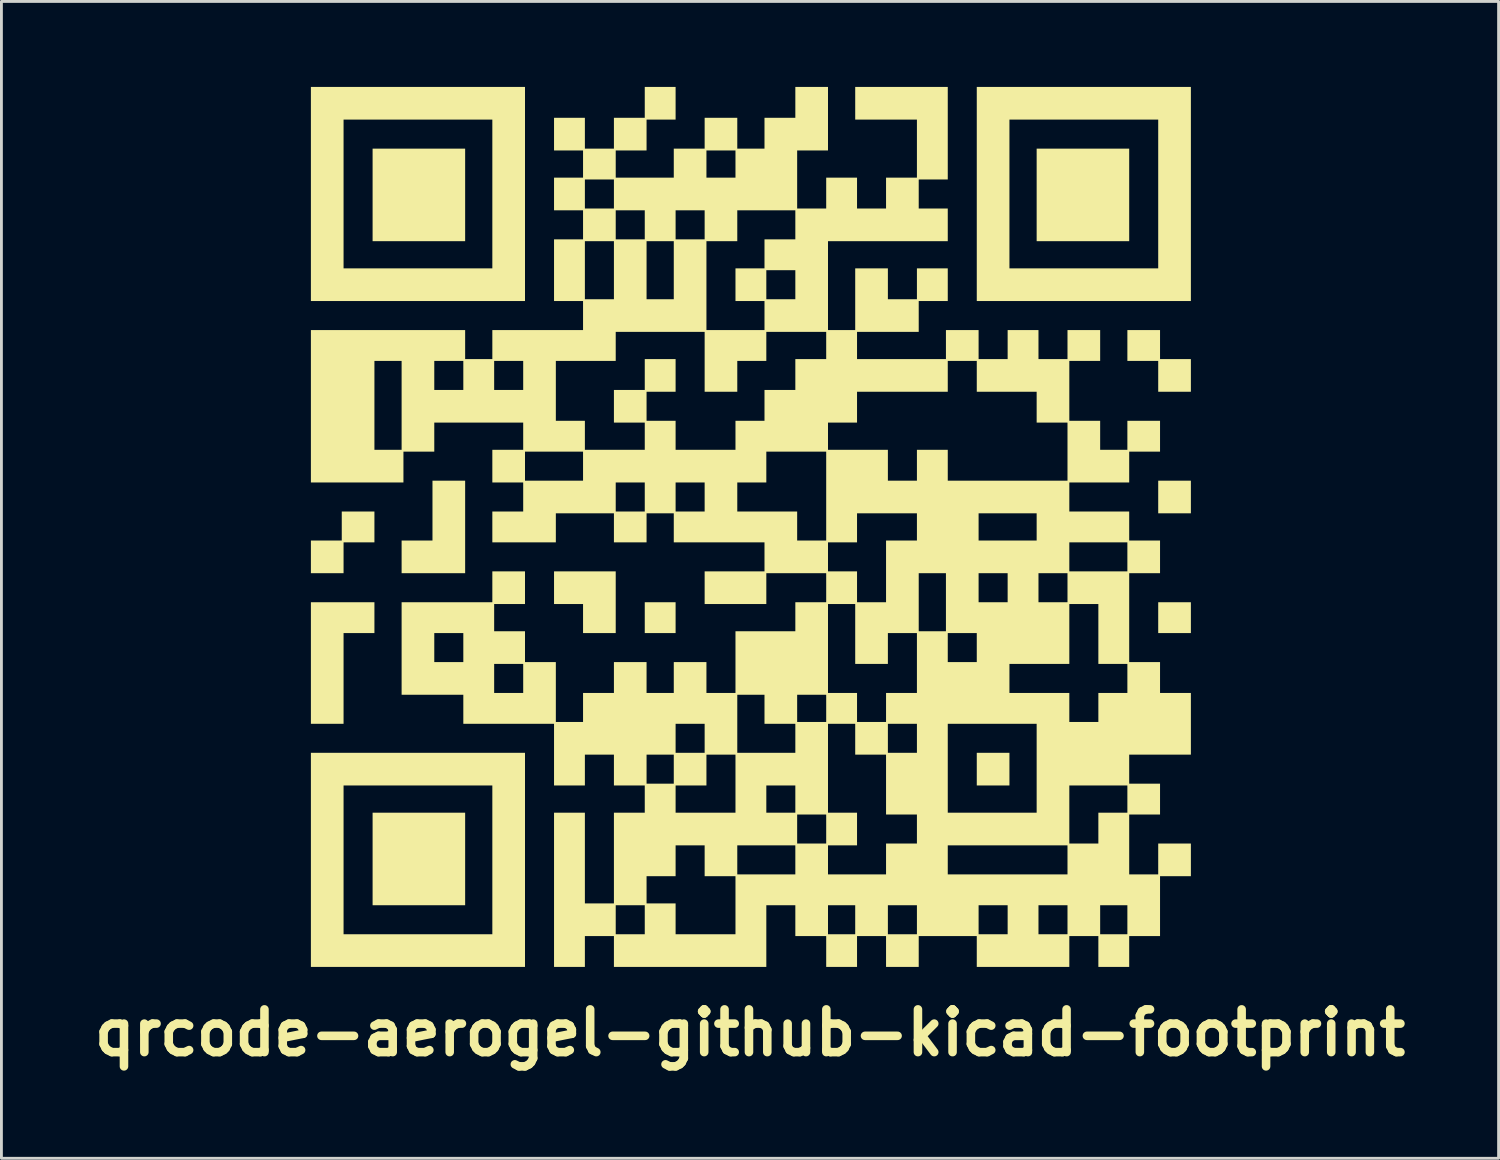
<source format=kicad_pcb>
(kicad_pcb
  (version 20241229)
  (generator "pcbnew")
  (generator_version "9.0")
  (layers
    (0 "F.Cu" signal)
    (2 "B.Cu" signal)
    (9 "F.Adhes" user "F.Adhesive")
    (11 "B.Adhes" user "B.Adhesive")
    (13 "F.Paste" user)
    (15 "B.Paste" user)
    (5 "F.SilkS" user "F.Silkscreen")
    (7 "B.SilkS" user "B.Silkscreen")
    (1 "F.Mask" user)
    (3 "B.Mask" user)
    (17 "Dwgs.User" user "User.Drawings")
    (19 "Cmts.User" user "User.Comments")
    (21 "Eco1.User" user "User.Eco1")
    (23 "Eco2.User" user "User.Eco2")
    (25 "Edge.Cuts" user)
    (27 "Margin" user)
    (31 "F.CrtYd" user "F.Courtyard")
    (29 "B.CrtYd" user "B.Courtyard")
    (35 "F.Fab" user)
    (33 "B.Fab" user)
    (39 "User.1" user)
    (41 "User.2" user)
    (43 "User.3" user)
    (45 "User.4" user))
  (footprint "qrcode-aerogel-github-kicad-footprint"
    (layer "F.Cu")
    (at 23.264 15.406)
    (property "Reference" "qrcode-aerogel-github-kicad-footprint" (at 0 17.78 0) (layer "F.SilkS") (effects (font (size 1.5 1.5) (thickness 0.3))))
    (attr board_only exclude_from_pos_files exclude_from_bom)
    (fp_poly (pts (xy -9.994 -11.618) (xy -9.994 -9.994) (xy -11.618 -9.994) (xy -13.241 -9.994) (xy -13.241 -11.618) (xy -13.241 -13.241) (xy -11.618 -13.241) (xy -9.994 -13.241)) (stroke (width 0) (type solid)) (fill yes) (layer "F.SilkS"))
    (fp_poly (pts (xy -9.994 11.681) (xy -9.994 13.305) (xy -11.618 13.305) (xy -13.241 13.305) (xy -13.241 11.681) (xy -13.241 10.058) (xy -11.618 10.058) (xy -9.994 10.058)) (stroke (width 0) (type solid)) (fill yes) (layer "F.SilkS"))
    (fp_poly (pts (xy -2.61 3.215) (xy -2.61 3.756) (xy -3.151 3.756) (xy -3.692 3.756) (xy -3.692 3.215) (xy -3.692 2.674) (xy -3.151 2.674) (xy -2.61 2.674)) (stroke (width 0) (type solid)) (fill yes) (layer "F.SilkS"))
    (fp_poly (pts (xy 9.103 8.53) (xy 9.103 9.103) (xy 8.53 9.103) (xy 7.957 9.103) (xy 7.957 8.53) (xy 7.957 7.957) (xy 8.53 7.957) (xy 9.103 7.957)) (stroke (width 0) (type solid)) (fill yes) (layer "F.SilkS"))
    (fp_poly (pts (xy 13.305 -11.618) (xy 13.305 -9.994) (xy 11.681 -9.994) (xy 10.058 -9.994) (xy 10.058 -11.618) (xy 10.058 -13.241) (xy 11.681 -13.241) (xy 13.305 -13.241)) (stroke (width 0) (type solid)) (fill yes) (layer "F.SilkS"))
    (fp_poly (pts (xy 15.469 -1.019) (xy 15.469 -0.446) (xy 14.896 -0.446) (xy 14.323 -0.446) (xy 14.323 -1.019) (xy 14.323 -1.591) (xy 14.896 -1.591) (xy 15.469 -1.591)) (stroke (width 0) (type solid)) (fill yes) (layer "F.SilkS"))
    (fp_poly (pts (xy 15.469 3.215) (xy 15.469 3.756) (xy 14.896 3.756) (xy 14.323 3.756) (xy 14.323 3.215) (xy 14.323 2.674) (xy 14.896 2.674) (xy 15.469 2.674)) (stroke (width 0) (type solid)) (fill yes) (layer "F.SilkS"))
    (fp_poly (pts (xy -13.177 3.215) (xy -13.177 3.756) (xy -13.719 3.756) (xy -14.26 3.756) (xy -14.26 5.347) (xy -14.26 6.939) (xy -14.833 6.939) (xy -15.406 6.939) (xy -15.406 4.806) (xy -15.406 2.674) (xy -14.291 2.674) (xy -13.177 2.674)) (stroke (width 0) (type solid)) (fill yes) (layer "F.SilkS"))
    (fp_poly (pts (xy -9.994 0.032) (xy -9.994 1.655) (xy -11.109 1.655) (xy -12.223 1.655) (xy -12.223 1.082) (xy -12.223 0.509) (xy -11.681 0.509) (xy -11.14 0.509) (xy -11.14 -0.541) (xy -11.14 -1.591) (xy -10.567 -1.591) (xy -9.994 -1.591)) (stroke (width 0) (type solid)) (fill yes) (layer "F.SilkS"))
    (fp_poly (pts (xy -4.711 2.674) (xy -4.711 3.756) (xy -5.284 3.756) (xy -5.857 3.756) (xy -5.857 3.247) (xy -5.857 2.737) (xy -6.366 2.737) (xy -6.875 2.737) (xy -6.875 2.164) (xy -6.875 1.591) (xy -5.793 1.591) (xy -4.711 1.591)) (stroke (width 0) (type solid)) (fill yes) (layer "F.SilkS"))
    (fp_poly (pts (xy -13.177 0.032) (xy -13.177 0.573) (xy -13.719 0.573) (xy -14.26 0.573) (xy -14.26 1.114) (xy -14.26 1.655) (xy -14.833 1.655) (xy -15.406 1.655) (xy -15.406 1.082) (xy -15.406 0.509) (xy -14.864 0.509) (xy -14.323 0.509) (xy -14.323 0) (xy -14.323 -0.509) (xy -13.75 -0.509) (xy -13.177 -0.509)) (stroke (width 0) (type solid)) (fill yes) (layer "F.SilkS"))
    (fp_poly (pts (xy 14.387 -6.366) (xy 14.387 -5.857) (xy 14.928 -5.857) (xy 15.469 -5.857) (xy 15.469 -5.284) (xy 15.469 -4.711) (xy 14.896 -4.711) (xy 14.323 -4.711) (xy 14.323 -5.252) (xy 14.323 -5.793) (xy 13.782 -5.793) (xy 13.241 -5.793) (xy 13.241 -6.334) (xy 13.241 -6.875) (xy 13.814 -6.875) (xy 14.387 -6.875)) (stroke (width 0) (type solid)) (fill yes) (layer "F.SilkS"))
    (fp_poly (pts (xy -7.894 -11.65) (xy -7.894 -7.894) (xy -11.65 -7.894) (xy -15.406 -7.894) (xy -15.406 -11.65) (xy -15.406 -14.26) (xy -14.26 -14.26) (xy -14.26 -11.65) (xy -14.26 -9.04) (xy -11.65 -9.04) (xy -9.04 -9.04) (xy -9.04 -11.65) (xy -9.04 -14.26) (xy -11.65 -14.26) (xy -14.26 -14.26) (xy -15.406 -14.26) (xy -15.406 -15.406) (xy -11.65 -15.406) (xy -7.894 -15.406)) (stroke (width 0) (type solid)) (fill yes) (layer "F.SilkS"))
    (fp_poly (pts (xy -7.894 11.713) (xy -7.894 15.469) (xy -11.65 15.469) (xy -15.406 15.469) (xy -15.406 11.713) (xy -15.406 9.103) (xy -14.26 9.103) (xy -14.26 11.713) (xy -14.26 14.323) (xy -11.65 14.323) (xy -9.04 14.323) (xy -9.04 11.713) (xy -9.04 9.103) (xy -11.65 9.103) (xy -14.26 9.103) (xy -15.406 9.103) (xy -15.406 7.957) (xy -11.65 7.957) (xy -7.894 7.957)) (stroke (width 0) (type solid)) (fill yes) (layer "F.SilkS"))
    (fp_poly (pts (xy 15.469 -11.65) (xy 15.469 -7.894) (xy 11.713 -7.894) (xy 7.957 -7.894) (xy 7.957 -11.65) (xy 7.957 -14.26) (xy 9.103 -14.26) (xy 9.103 -11.65) (xy 9.103 -9.04) (xy 11.713 -9.04) (xy 14.323 -9.04) (xy 14.323 -11.65) (xy 14.323 -14.26) (xy 11.713 -14.26) (xy 9.103 -14.26) (xy 7.957 -14.26) (xy 7.957 -15.406) (xy 11.713 -15.406) (xy 15.469 -15.406)) (stroke (width 0) (type solid)) (fill yes) (layer "F.SilkS"))
    (fp_poly (pts (xy -2.61 -14.833) (xy -2.61 -14.26) (xy -3.119 -14.26) (xy -3.629 -14.26) (xy -3.629 -13.719) (xy -3.629 -13.177) (xy -4.17 -13.177) (xy -4.711 -13.177) (xy -4.711 -12.7) (xy -4.711 -12.223) (xy -3.692 -12.223) (xy -2.674 -12.223) (xy -2.674 -12.732) (xy -2.674 -13.177) (xy -1.528 -13.177) (xy -1.528 -12.7) (xy -1.528 -12.223) (xy -1.019 -12.223) (xy -0.509 -12.223) (xy -0.509 -12.7) (xy -0.509 -13.177) (xy -1.019 -13.177) (xy -1.528 -13.177) (xy -2.674 -13.177) (xy -2.674 -13.241) (xy -2.133 -13.241) (xy -1.591 -13.241) (xy -1.591 -13.782) (xy -1.591 -14.323) (xy -1.019 -14.323) (xy -0.446 -14.323) (xy -0.446 -13.782) (xy -0.446 -13.241) (xy 0.032 -13.241) (xy 0.509 -13.241) (xy 0.509 -13.782) (xy 0.509 -14.323) (xy 1.05 -14.323) (xy 1.591 -14.323) (xy 1.591 -14.864) (xy 1.591 -15.406) (xy 2.164 -15.406) (xy 2.737 -15.406) (xy 2.737 -14.291) (xy 2.737 -13.177) (xy 2.196 -13.177) (xy 1.655 -13.177) (xy 1.655 -12.159) (xy 1.655 -11.14) (xy 2.164 -11.14) (xy 2.674 -11.14) (xy 2.674 -11.681) (xy 2.674 -12.223) (xy 3.215 -12.223) (xy 3.756 -12.223) (xy 3.756 -11.681) (xy 3.756 -11.14) (xy 4.265 -11.14) (xy 4.774 -11.14) (xy 4.774 -11.681) (xy 4.774 -12.223) (xy 5.316 -12.223) (xy 5.857 -12.223) (xy 5.857 -13.241) (xy 5.857 -14.26) (xy 4.774 -14.26) (xy 3.692 -14.26) (xy 3.692 -14.833) (xy 3.692 -15.406) (xy 5.316 -15.406) (xy 6.939 -15.406) (xy 6.939 -13.782) (xy 6.939 -12.159) (xy 6.43 -12.159) (xy 5.92 -12.159) (xy 5.92 -11.65) (xy 5.92 -11.14) (xy 6.43 -11.14) (xy 6.939 -11.14) (xy 6.939 -10.567) (xy 6.939 -9.994) (xy 4.838 -9.994) (xy 2.737 -9.994) (xy 2.737 -8.435) (xy 2.737 -6.875) (xy 3.215 -6.875) (xy 3.692 -6.875) (xy 3.692 -7.957) (xy 3.692 -9.04) (xy 4.265 -9.04) (xy 4.838 -9.04) (xy 4.838 -8.498) (xy 4.838 -7.957) (xy 5.347 -7.957) (xy 5.857 -7.957) (xy 5.857 -8.498) (xy 5.857 -9.04) (xy 6.398 -9.04) (xy 6.939 -9.04) (xy 6.939 -8.467) (xy 6.939 -7.894) (xy 6.43 -7.894) (xy 5.92 -7.894) (xy 5.92 -7.353) (xy 5.92 -6.812) (xy 4.838 -6.812) (xy 3.756 -6.812) (xy 3.756 -6.334) (xy 3.756 -5.857) (xy 5.316 -5.857) (xy 6.875 -5.857) (xy 6.875 -6.366) (xy 6.875 -6.875) (xy 7.448 -6.875) (xy 8.021 -6.875) (xy 8.021 -6.366) (xy 8.021 -5.857) (xy 8.53 -5.857) (xy 9.04 -5.857) (xy 9.04 -6.366) (xy 9.04 -6.875) (xy 9.581 -6.875) (xy 10.122 -6.875) (xy 10.122 -6.366) (xy 10.122 -5.857) (xy 10.631 -5.857) (xy 11.14 -5.857) (xy 11.14 -6.366) (xy 11.14 -6.875) (xy 11.713 -6.875) (xy 12.286 -6.875) (xy 12.286 -6.334) (xy 12.286 -5.793) (xy 11.745 -5.793) (xy 11.204 -5.793) (xy 11.204 -4.743) (xy 11.204 -3.692) (xy 11.745 -3.692) (xy 12.286 -3.692) (xy 12.286 -3.183) (xy 12.286 -2.674) (xy 12.764 -2.674) (xy 13.241 -2.674) (xy 13.241 -3.183) (xy 13.241 -3.692) (xy 13.814 -3.692) (xy 14.387 -3.692) (xy 14.387 -3.151) (xy 14.387 -2.61) (xy 13.846 -2.61) (xy 13.305 -2.61) (xy 13.305 -2.069) (xy 13.305 -1.528) (xy 12.254 -1.528) (xy 11.204 -1.528) (xy 11.204 -1.019) (xy 11.204 -0.509) (xy 12.254 -0.509) (xy 13.305 -0.509) (xy 13.305 0) (xy 13.305 0.509) (xy 13.846 0.509) (xy 14.387 0.509) (xy 14.387 1.082) (xy 14.387 1.655) (xy 13.846 1.655) (xy 13.305 1.655) (xy 13.305 3.215) (xy 13.305 4.774) (xy 13.846 4.774) (xy 14.387 4.774) (xy 14.387 5.316) (xy 14.387 5.857) (xy 14.928 5.857) (xy 15.469 5.857) (xy 15.469 6.939) (xy 15.469 8.021) (xy 14.387 8.021) (xy 13.305 8.021) (xy 13.305 8.53) (xy 13.305 9.04) (xy 13.846 9.04) (xy 14.387 9.04) (xy 14.387 9.581) (xy 14.387 10.122) (xy 13.846 10.122) (xy 13.305 10.122) (xy 13.305 11.172) (xy 13.305 12.223) (xy 13.814 12.223) (xy 14.323 12.223) (xy 14.323 11.681) (xy 14.323 11.14) (xy 14.896 11.14) (xy 15.469 11.14) (xy 15.469 11.713) (xy 15.469 12.286) (xy 14.928 12.286) (xy 14.387 12.286) (xy 14.387 13.337) (xy 14.387 14.387) (xy 13.846 14.387) (xy 13.305 14.387) (xy 13.305 14.928) (xy 13.305 15.469) (xy 12.764 15.469) (xy 12.223 15.469) (xy 12.223 14.928) (xy 12.223 14.387) (xy 11.713 14.387) (xy 11.204 14.387) (xy 11.204 14.928) (xy 11.204 15.469) (xy 9.581 15.469) (xy 7.957 15.469) (xy 7.957 14.928) (xy 7.957 14.387) (xy 6.939 14.387) (xy 5.92 14.387) (xy 5.92 14.928) (xy 5.92 15.469) (xy 5.347 15.469) (xy 4.774 15.469) (xy 4.774 14.928) (xy 4.774 14.387) (xy 4.265 14.387) (xy 3.756 14.387) (xy 3.756 14.928) (xy 3.756 15.469) (xy 3.215 15.469) (xy 2.674 15.469) (xy 2.674 14.928) (xy 2.674 14.387) (xy 2.133 14.387) (xy 1.591 14.387) (xy 1.591 13.846) (xy 1.591 13.305) (xy 2.737 13.305) (xy 2.737 13.814) (xy 2.737 14.323) (xy 3.215 14.323) (xy 3.692 14.323) (xy 3.692 13.814) (xy 3.692 13.305) (xy 4.838 13.305) (xy 4.838 13.814) (xy 4.838 14.323) (xy 5.347 14.323) (xy 5.857 14.323) (xy 5.857 13.814) (xy 5.857 13.305) (xy 8.021 13.305) (xy 8.021 13.814) (xy 8.021 14.323) (xy 8.53 14.323) (xy 9.04 14.323) (xy 9.04 13.814) (xy 9.04 13.305) (xy 10.122 13.305) (xy 10.122 13.814) (xy 10.122 14.323) (xy 10.631 14.323) (xy 11.14 14.323) (xy 11.14 13.814) (xy 11.14 13.305) (xy 12.286 13.305) (xy 12.286 13.814) (xy 12.286 14.323) (xy 12.764 14.323) (xy 13.241 14.323) (xy 13.241 13.814) (xy 13.241 13.305) (xy 12.764 13.305) (xy 12.286 13.305) (xy 11.14 13.305) (xy 10.631 13.305) (xy 10.122 13.305) (xy 9.04 13.305) (xy 8.53 13.305) (xy 8.021 13.305) (xy 5.857 13.305) (xy 5.347 13.305) (xy 4.838 13.305) (xy 3.692 13.305) (xy 3.215 13.305) (xy 2.737 13.305) (xy 1.591 13.305) (xy 1.082 13.305) (xy 0.573 13.305) (xy 0.573 14.387) (xy 0.573 15.469) (xy -2.101 15.469) (xy -4.774 15.469) (xy -4.774 14.928) (xy -4.774 14.387) (xy -5.284 14.387) (xy -5.793 14.387) (xy -5.793 14.928) (xy -5.793 15.469) (xy -6.334 15.469) (xy -6.875 15.469) (xy -6.875 13.305) (xy -4.711 13.305) (xy -4.711 13.814) (xy -4.711 14.323) (xy -4.202 14.323) (xy -3.692 14.323) (xy -3.692 13.814) (xy -3.692 13.305) (xy -4.202 13.305) (xy -4.711 13.305) (xy -6.875 13.305) (xy -6.875 12.764) (xy -6.875 10.058) (xy -6.334 10.058) (xy -5.793 10.058) (xy -5.793 11.65) (xy -5.793 13.241) (xy -5.284 13.241) (xy -4.774 13.241) (xy -3.629 13.241) (xy -3.119 13.241) (xy -2.61 13.241) (xy -2.61 13.782) (xy -2.61 14.323) (xy -1.56 14.323) (xy -0.509 14.323) (xy -0.509 13.305) (xy -0.509 12.286) (xy -1.05 12.286) (xy -1.591 12.286) (xy -1.591 11.745) (xy -1.591 11.204) (xy -0.446 11.204) (xy -0.446 11.713) (xy -0.446 12.223) (xy 0.573 12.223) (xy 1.591 12.223) (xy 1.591 11.713) (xy 1.591 11.204) (xy 0.573 11.204) (xy -0.446 11.204) (xy -1.591 11.204) (xy -2.101 11.204) (xy -2.61 11.204) (xy -2.61 11.745) (xy -2.61 12.286) (xy -3.119 12.286) (xy -3.629 12.286) (xy -3.629 12.764) (xy -3.629 13.241) (xy -4.774 13.241) (xy -4.774 11.65) (xy -4.774 10.122) (xy 1.655 10.122) (xy 1.655 10.631) (xy 1.655 11.14) (xy 2.164 11.14) (xy 2.674 11.14) (xy 2.674 10.631) (xy 2.674 10.122) (xy 2.164 10.122) (xy 1.655 10.122) (xy -4.774 10.122) (xy -4.774 10.058) (xy -4.233 10.058) (xy -3.692 10.058) (xy -2.61 10.058) (xy -1.56 10.058) (xy -0.509 10.058) (xy -0.509 9.103) (xy 0.573 9.103) (xy 0.573 9.581) (xy 0.573 10.058) (xy 1.082 10.058) (xy 1.591 10.058) (xy 1.591 9.581) (xy 1.591 9.103) (xy 1.082 9.103) (xy 0.573 9.103) (xy -0.509 9.103) (xy -0.509 9.04) (xy -0.509 8.021) (xy -1.019 8.021) (xy -1.528 8.021) (xy -1.528 8.562) (xy -1.528 9.103) (xy -2.069 9.103) (xy -2.61 9.103) (xy -2.61 9.581) (xy -2.61 10.058) (xy -3.692 10.058) (xy -3.692 9.581) (xy -3.692 9.103) (xy -4.233 9.103) (xy -4.774 9.103) (xy -4.774 8.562) (xy -4.774 8.021) (xy -3.629 8.021) (xy -3.629 8.53) (xy -3.629 9.04) (xy -3.151 9.04) (xy -2.674 9.04) (xy -2.674 8.53) (xy -2.674 8.021) (xy -3.151 8.021) (xy -3.629 8.021) (xy -4.774 8.021) (xy -5.284 8.021) (xy -5.793 8.021) (xy -5.793 8.562) (xy -5.793 9.103) (xy -6.334 9.103) (xy -6.875 9.103) (xy -6.875 8.021) (xy -6.875 6.939) (xy -2.61 6.939) (xy -2.61 7.448) (xy -2.61 7.957) (xy -2.101 7.957) (xy -1.591 7.957) (xy -1.591 7.448) (xy -1.591 6.939) (xy -2.101 6.939) (xy -2.61 6.939) (xy -6.875 6.939) (xy -8.467 6.939) (xy -10.058 6.939) (xy -10.058 6.43) (xy -10.058 5.92) (xy -11.14 5.92) (xy -12.223 5.92) (xy -12.223 4.838) (xy -8.976 4.838) (xy -8.976 5.347) (xy -8.976 5.857) (xy -8.467 5.857) (xy -7.957 5.857) (xy -7.957 5.347) (xy -7.957 4.838) (xy -8.467 4.838) (xy -8.976 4.838) (xy -12.223 4.838) (xy -12.223 4.297) (xy -12.223 3.756) (xy -11.077 3.756) (xy -11.077 4.265) (xy -11.077 4.774) (xy -10.567 4.774) (xy -10.058 4.774) (xy -10.058 4.265) (xy -10.058 3.756) (xy -10.567 3.756) (xy -11.077 3.756) (xy -12.223 3.756) (xy -12.223 2.674) (xy -10.631 2.674) (xy -9.04 2.674) (xy -9.04 2.133) (xy -9.04 1.591) (xy -8.467 1.591) (xy -7.894 1.591) (xy -7.894 2.164) (xy -7.894 2.737) (xy -8.435 2.737) (xy -8.976 2.737) (xy -8.976 3.215) (xy -8.976 3.692) (xy -8.435 3.692) (xy -7.894 3.692) (xy -7.894 4.233) (xy -7.894 4.774) (xy -7.353 4.774) (xy -6.812 4.774) (xy -6.812 5.825) (xy -6.812 6.875) (xy -6.334 6.875) (xy -5.857 6.875) (xy -5.857 6.366) (xy -5.857 5.92) (xy -0.446 5.92) (xy -0.446 6.939) (xy -0.446 7.957) (xy 0.573 7.957) (xy 1.591 7.957) (xy 1.591 7.448) (xy 1.591 6.939) (xy 2.737 6.939) (xy 2.737 8.498) (xy 2.737 10.058) (xy 3.247 10.058) (xy 3.756 10.058) (xy 3.756 10.631) (xy 3.756 11.204) (xy 3.247 11.204) (xy 2.737 11.204) (xy 2.737 11.713) (xy 2.737 12.223) (xy 3.756 12.223) (xy 4.774 12.223) (xy 4.774 11.681) (xy 4.774 11.204) (xy 6.939 11.204) (xy 6.939 11.713) (xy 6.939 12.223) (xy 9.04 12.223) (xy 11.14 12.223) (xy 11.14 11.713) (xy 11.14 11.204) (xy 9.04 11.204) (xy 6.939 11.204) (xy 4.774 11.204) (xy 4.774 11.14) (xy 5.316 11.14) (xy 5.857 11.14) (xy 5.857 10.631) (xy 5.857 10.122) (xy 5.316 10.122) (xy 4.774 10.122) (xy 4.774 9.071) (xy 4.774 8.021) (xy 4.233 8.021) (xy 3.692 8.021) (xy 3.692 7.48) (xy 3.692 6.939) (xy 4.838 6.939) (xy 4.838 7.448) (xy 4.838 7.957) (xy 5.347 7.957) (xy 5.857 7.957) (xy 5.857 7.448) (xy 5.857 6.939) (xy 6.939 6.939) (xy 6.939 8.498) (xy 6.939 10.058) (xy 8.498 10.058) (xy 10.058 10.058) (xy 10.058 9.103) (xy 11.204 9.103) (xy 11.204 10.122) (xy 11.204 11.14) (xy 11.713 11.14) (xy 12.223 11.14) (xy 12.223 10.599) (xy 12.223 10.058) (xy 12.732 10.058) (xy 13.241 10.058) (xy 13.241 9.581) (xy 13.241 9.103) (xy 12.223 9.103) (xy 11.204 9.103) (xy 10.058 9.103) (xy 10.058 8.498) (xy 10.058 6.939) (xy 8.498 6.939) (xy 6.939 6.939) (xy 5.857 6.939) (xy 5.347 6.939) (xy 4.838 6.939) (xy 3.692 6.939) (xy 3.215 6.939) (xy 2.737 6.939) (xy 1.591 6.939) (xy 1.05 6.939) (xy 0.509 6.939) (xy 0.509 6.43) (xy 0.509 5.92) (xy 1.655 5.92) (xy 1.655 6.398) (xy 1.655 6.875) (xy 2.164 6.875) (xy 2.674 6.875) (xy 2.674 6.398) (xy 2.674 5.92) (xy 2.164 5.92) (xy 1.655 5.92) (xy 0.509 5.92) (xy 0.032 5.92) (xy -0.446 5.92) (xy -5.857 5.92) (xy -5.857 5.857) (xy -5.316 5.857) (xy -4.774 5.857) (xy -4.774 5.316) (xy -4.774 4.774) (xy -4.202 4.774) (xy -3.629 4.774) (xy -3.629 5.316) (xy -3.629 5.857) (xy -3.151 5.857) (xy -2.674 5.857) (xy -2.674 5.316) (xy -2.674 4.774) (xy -2.101 4.774) (xy -1.528 4.774) (xy -1.528 5.316) (xy -1.528 5.857) (xy -1.019 5.857) (xy -0.509 5.857) (xy -0.509 4.774) (xy -0.509 3.692) (xy 0.541 3.692) (xy 1.591 3.692) (xy 1.591 3.183) (xy 1.591 2.737) (xy 2.737 2.737) (xy 2.737 4.297) (xy 2.737 5.857) (xy 3.247 5.857) (xy 3.756 5.857) (xy 3.756 6.366) (xy 3.756 6.875) (xy 4.265 6.875) (xy 4.774 6.875) (xy 4.774 6.366) (xy 4.774 5.857) (xy 5.316 5.857) (xy 5.857 5.857) (xy 9.103 5.857) (xy 10.154 5.857) (xy 11.204 5.857) (xy 11.204 6.366) (xy 11.204 6.875) (xy 11.713 6.875) (xy 12.223 6.875) (xy 12.223 6.366) (xy 12.223 5.857) (xy 12.732 5.857) (xy 13.241 5.857) (xy 13.241 5.347) (xy 13.241 4.838) (xy 12.732 4.838) (xy 12.223 4.838) (xy 12.223 3.788) (xy 12.223 2.737) (xy 11.713 2.737) (xy 11.204 2.737) (xy 11.204 3.788) (xy 11.204 4.838) (xy 10.154 4.838) (xy 9.103 4.838) (xy 9.103 5.347) (xy 9.103 5.857) (xy 5.857 5.857) (xy 5.857 4.806) (xy 5.857 3.756) (xy 6.939 3.756) (xy 6.939 4.265) (xy 6.939 4.774) (xy 7.448 4.774) (xy 7.957 4.774) (xy 7.957 4.265) (xy 7.957 3.756) (xy 7.448 3.756) (xy 6.939 3.756) (xy 5.857 3.756) (xy 5.347 3.756) (xy 4.838 3.756) (xy 4.838 4.297) (xy 4.838 4.838) (xy 4.265 4.838) (xy 3.692 4.838) (xy 3.692 3.788) (xy 3.692 2.737) (xy 3.215 2.737) (xy 2.737 2.737) (xy 1.591 2.737) (xy 1.591 2.674) (xy 2.133 2.674) (xy 2.674 2.674) (xy 2.674 2.164) (xy 2.674 1.655) (xy 1.623 1.655) (xy 0.573 1.655) (xy 0.573 2.196) (xy 0.573 2.737) (xy -0.509 2.737) (xy -1.591 2.737) (xy -1.591 2.164) (xy -1.591 1.591) (xy -0.541 1.591) (xy 0.509 1.591) (xy 2.737 1.591) (xy 3.247 1.591) (xy 3.756 1.591) (xy 3.756 2.133) (xy 3.756 2.674) (xy 4.265 2.674) (xy 4.774 2.674) (xy 4.774 1.655) (xy 5.92 1.655) (xy 5.92 2.674) (xy 5.92 3.692) (xy 6.398 3.692) (xy 6.875 3.692) (xy 6.875 2.674) (xy 6.875 1.655) (xy 8.021 1.655) (xy 8.021 2.164) (xy 8.021 2.674) (xy 8.53 2.674) (xy 9.04 2.674) (xy 9.04 2.164) (xy 9.04 1.655) (xy 10.122 1.655) (xy 10.122 2.164) (xy 10.122 2.674) (xy 10.631 2.674) (xy 11.14 2.674) (xy 11.14 2.164) (xy 11.14 1.655) (xy 10.631 1.655) (xy 10.122 1.655) (xy 9.04 1.655) (xy 8.53 1.655) (xy 8.021 1.655) (xy 6.875 1.655) (xy 6.398 1.655) (xy 5.92 1.655) (xy 4.774 1.655) (xy 4.774 1.591) (xy 4.774 0.573) (xy 11.204 0.573) (xy 11.204 1.082) (xy 11.204 1.591) (xy 12.223 1.591) (xy 13.241 1.591) (xy 13.241 1.082) (xy 13.241 0.573) (xy 12.223 0.573) (xy 11.204 0.573) (xy 4.774 0.573) (xy 4.774 0.509) (xy 5.316 0.509) (xy 5.857 0.509) (xy 5.857 0.032) (xy 5.857 -0.446) (xy 8.021 -0.446) (xy 8.021 0.032) (xy 8.021 0.509) (xy 9.04 0.509) (xy 10.058 0.509) (xy 10.058 0.032) (xy 10.058 -0.446) (xy 9.04 -0.446) (xy 8.021 -0.446) (xy 5.857 -0.446) (xy 4.806 -0.446) (xy 3.756 -0.446) (xy 3.756 0.064) (xy 3.756 0.573) (xy 3.247 0.573) (xy 2.737 0.573) (xy 2.737 1.082) (xy 2.737 1.591) (xy 0.509 1.591) (xy 0.509 1.082) (xy 0.509 0.573) (xy -1.082 0.573) (xy -2.674 0.573) (xy -2.674 0.064) (xy -2.674 -0.446) (xy -3.151 -0.446) (xy -3.629 -0.446) (xy -3.629 0.064) (xy -3.629 0.573) (xy -4.202 0.573) (xy -4.774 0.573) (xy -4.774 0.064) (xy -4.774 -0.446) (xy -5.793 -0.446) (xy -6.812 -0.446) (xy -6.812 0.064) (xy -6.812 0.573) (xy -7.926 0.573) (xy -9.04 0.573) (xy -9.04 0.032) (xy -9.04 -0.509) (xy -8.498 -0.509) (xy -7.957 -0.509) (xy -7.957 -1.019) (xy -7.957 -1.528) (xy -4.711 -1.528) (xy -4.711 -1.019) (xy -4.711 -0.509) (xy -4.202 -0.509) (xy -3.692 -0.509) (xy -3.692 -1.019) (xy -3.692 -1.528) (xy -2.61 -1.528) (xy -2.61 -1.019) (xy -2.61 -0.509) (xy -2.101 -0.509) (xy -1.591 -0.509) (xy -0.446 -0.509) (xy 0.605 -0.509) (xy 1.655 -0.509) (xy 1.655 0) (xy 1.655 0.509) (xy 2.164 0.509) (xy 2.674 0.509) (xy 2.674 -1.05) (xy 2.674 -2.61) (xy 1.623 -2.61) (xy 0.573 -2.61) (xy 0.573 -2.069) (xy 0.573 -1.528) (xy 0.064 -1.528) (xy -0.446 -1.528) (xy -0.446 -1.019) (xy -0.446 -0.509) (xy -1.591 -0.509) (xy -1.591 -1.019) (xy -1.591 -1.528) (xy -2.101 -1.528) (xy -2.61 -1.528) (xy -3.692 -1.528) (xy -4.202 -1.528) (xy -4.711 -1.528) (xy -7.957 -1.528) (xy -8.498 -1.528) (xy -9.04 -1.528) (xy -9.04 -2.101) (xy -9.04 -2.61) (xy -7.894 -2.61) (xy -7.894 -2.101) (xy -7.894 -1.591) (xy -6.875 -1.591) (xy -5.857 -1.591) (xy -5.857 -2.101) (xy -5.857 -2.61) (xy -6.875 -2.61) (xy -7.894 -2.61) (xy -9.04 -2.61) (xy -9.04 -2.674) (xy -8.498 -2.674) (xy -7.957 -2.674) (xy -7.957 -3.151) (xy -7.957 -3.629) (xy -9.517 -3.629) (xy -11.077 -3.629) (xy -11.077 -3.119) (xy -11.077 -2.61) (xy -11.618 -2.61) (xy -12.159 -2.61) (xy -12.159 -2.069) (xy -12.159 -1.528) (xy -13.782 -1.528) (xy -15.406 -1.528) (xy -15.406 -4.202) (xy -15.406 -5.793) (xy -13.177 -5.793) (xy -13.177 -4.233) (xy -13.177 -2.674) (xy -12.7 -2.674) (xy -12.223 -2.674) (xy -12.223 -3.692) (xy -6.812 -3.692) (xy -6.302 -3.692) (xy -5.793 -3.692) (xy -5.793 -3.183) (xy -5.793 -2.674) (xy -4.743 -2.674) (xy -3.692 -2.674) (xy -3.692 -3.151) (xy -3.692 -3.629) (xy -4.233 -3.629) (xy -4.774 -3.629) (xy -4.774 -4.202) (xy -4.774 -4.774) (xy -4.233 -4.774) (xy -3.692 -4.774) (xy -3.692 -5.316) (xy -3.692 -5.857) (xy -3.151 -5.857) (xy -2.61 -5.857) (xy -2.61 -5.284) (xy -2.61 -4.711) (xy -3.119 -4.711) (xy -3.629 -4.711) (xy -3.629 -4.202) (xy -3.629 -3.692) (xy -3.119 -3.692) (xy -2.61 -3.692) (xy -2.61 -3.183) (xy -2.61 -2.674) (xy -1.56 -2.674) (xy -0.509 -2.674) (xy 2.737 -2.674) (xy 3.788 -2.674) (xy 4.838 -2.674) (xy 4.838 -2.133) (xy 4.838 -1.591) (xy 5.347 -1.591) (xy 5.857 -1.591) (xy 5.857 -2.133) (xy 5.857 -2.674) (xy 6.398 -2.674) (xy 6.939 -2.674) (xy 6.939 -2.133) (xy 6.939 -1.591) (xy 9.04 -1.591) (xy 11.14 -1.591) (xy 11.14 -2.61) (xy 11.14 -3.629) (xy 10.599 -3.629) (xy 10.058 -3.629) (xy 10.058 -4.17) (xy 10.058 -4.711) (xy 9.008 -4.711) (xy 7.957 -4.711) (xy 7.957 -5.252) (xy 7.957 -5.793) (xy 7.448 -5.793) (xy 6.939 -5.793) (xy 6.939 -5.252) (xy 6.939 -4.711) (xy 5.347 -4.711) (xy 3.756 -4.711) (xy 3.756 -4.17) (xy 3.756 -3.629) (xy 3.247 -3.629) (xy 2.737 -3.629) (xy 2.737 -3.151) (xy 2.737 -2.674) (xy -0.509 -2.674) (xy -0.509 -3.183) (xy -0.509 -3.692) (xy 0 -3.692) (xy 0.509 -3.692) (xy 0.509 -4.233) (xy 0.509 -4.774) (xy 1.05 -4.774) (xy 1.591 -4.774) (xy 1.591 -5.316) (xy 1.591 -5.857) (xy 2.133 -5.857) (xy 2.674 -5.857) (xy 2.674 -6.334) (xy 2.674 -6.812) (xy 1.623 -6.812) (xy 0.573 -6.812) (xy 0.573 -6.302) (xy 0.573 -5.793) (xy 0.064 -5.793) (xy -0.446 -5.793) (xy -0.446 -5.252) (xy -0.446 -4.711) (xy -1.019 -4.711) (xy -1.591 -4.711) (xy -1.591 -5.761) (xy -1.591 -6.812) (xy -3.151 -6.812) (xy -4.711 -6.812) (xy -4.711 -6.302) (xy -4.711 -5.793) (xy -5.761 -5.793) (xy -6.812 -5.793) (xy -6.812 -4.743) (xy -6.812 -3.692) (xy -12.223 -3.692) (xy -12.223 -4.233) (xy -12.223 -5.793) (xy -11.077 -5.793) (xy -11.077 -5.284) (xy -11.077 -4.774) (xy -10.567 -4.774) (xy -10.058 -4.774) (xy -10.058 -5.284) (xy -10.058 -5.793) (xy -8.976 -5.793) (xy -8.976 -5.284) (xy -8.976 -4.774) (xy -8.467 -4.774) (xy -7.957 -4.774) (xy -7.957 -5.284) (xy -7.957 -5.793) (xy -8.467 -5.793) (xy -8.976 -5.793) (xy -10.058 -5.793) (xy -10.567 -5.793) (xy -11.077 -5.793) (xy -12.223 -5.793) (xy -12.7 -5.793) (xy -13.177 -5.793) (xy -15.406 -5.793) (xy -15.406 -6.875) (xy -12.7 -6.875) (xy -9.994 -6.875) (xy -9.994 -6.366) (xy -9.994 -5.857) (xy -9.517 -5.857) (xy -9.04 -5.857) (xy -9.04 -6.366) (xy -9.04 -6.875) (xy -7.448 -6.875) (xy -5.857 -6.875) (xy -1.528 -6.875) (xy -0.509 -6.875) (xy 0.509 -6.875) (xy 0.509 -7.384) (xy 0.509 -7.894) (xy 0 -7.894) (xy -0.509 -7.894) (xy -0.509 -8.467) (xy -0.509 -8.976) (xy 0.573 -8.976) (xy 0.573 -8.467) (xy 0.573 -7.957) (xy 1.082 -7.957) (xy 1.591 -7.957) (xy 1.591 -8.467) (xy 1.591 -8.976) (xy 1.082 -8.976) (xy 0.573 -8.976) (xy -0.509 -8.976) (xy -0.509 -9.04) (xy 0 -9.04) (xy 0.509 -9.04) (xy 0.509 -9.549) (xy 0.509 -10.058) (xy 1.05 -10.058) (xy 1.591 -10.058) (xy 1.591 -10.567) (xy 1.591 -11.077) (xy 0.573 -11.077) (xy -0.446 -11.077) (xy -0.446 -10.536) (xy -0.446 -9.994) (xy -0.987 -9.994) (xy -1.528 -9.994) (xy -1.528 -8.435) (xy -1.528 -6.875) (xy -5.857 -6.875) (xy -5.857 -7.384) (xy -5.857 -7.894) (xy -6.366 -7.894) (xy -6.875 -7.894) (xy -6.875 -8.976) (xy -6.875 -9.994) (xy -5.793 -9.994) (xy -5.793 -8.976) (xy -5.793 -7.957) (xy -5.284 -7.957) (xy -4.774 -7.957) (xy -4.774 -8.976) (xy -4.774 -9.994) (xy -3.629 -9.994) (xy -3.629 -8.976) (xy -3.629 -7.957) (xy -3.151 -7.957) (xy -2.674 -7.957) (xy -2.674 -8.976) (xy -2.674 -9.994) (xy -3.151 -9.994) (xy -3.629 -9.994) (xy -4.774 -9.994) (xy -5.284 -9.994) (xy -5.793 -9.994) (xy -6.875 -9.994) (xy -6.875 -10.058) (xy -6.366 -10.058) (xy -5.857 -10.058) (xy -5.857 -10.567) (xy -5.857 -11.077) (xy -4.711 -11.077) (xy -4.711 -10.567) (xy -4.711 -10.058) (xy -4.202 -10.058) (xy -3.692 -10.058) (xy -3.692 -10.567) (xy -3.692 -11.077) (xy -2.61 -11.077) (xy -2.61 -10.567) (xy -2.61 -10.058) (xy -2.101 -10.058) (xy -1.591 -10.058) (xy -1.591 -10.567) (xy -1.591 -11.077) (xy -2.101 -11.077) (xy -2.61 -11.077) (xy -3.692 -11.077) (xy -4.202 -11.077) (xy -4.711 -11.077) (xy -5.857 -11.077) (xy -6.366 -11.077) (xy -6.875 -11.077) (xy -6.875 -11.65) (xy -6.875 -12.159) (xy -5.793 -12.159) (xy -5.793 -11.65) (xy -5.793 -11.14) (xy -5.284 -11.14) (xy -4.774 -11.14) (xy -4.774 -11.65) (xy -4.774 -12.159) (xy -5.284 -12.159) (xy -5.793 -12.159) (xy -6.875 -12.159) (xy -6.875 -12.223) (xy -6.366 -12.223) (xy -5.857 -12.223) (xy -5.857 -12.7) (xy -5.857 -13.177) (xy -6.366 -13.177) (xy -6.875 -13.177) (xy -6.875 -13.75) (xy -6.875 -14.323) (xy -6.334 -14.323) (xy -5.793 -14.323) (xy -5.793 -13.782) (xy -5.793 -13.241) (xy -5.284 -13.241) (xy -4.774 -13.241) (xy -4.774 -13.782) (xy -4.774 -14.323) (xy -4.233 -14.323) (xy -3.692 -14.323) (xy -3.692 -14.864) (xy -3.692 -15.406) (xy -3.151 -15.406) (xy -2.61 -15.406)) (stroke (width 0) (type solid)) (fill yes) (layer "F.SilkS")))
  (gr_rect
    (start -3 -3)
    (end 49.529 37.59)
    (stroke (width 0.1) (type default))
    (fill no)
    (layer "Edge.Cuts")))
</source>
